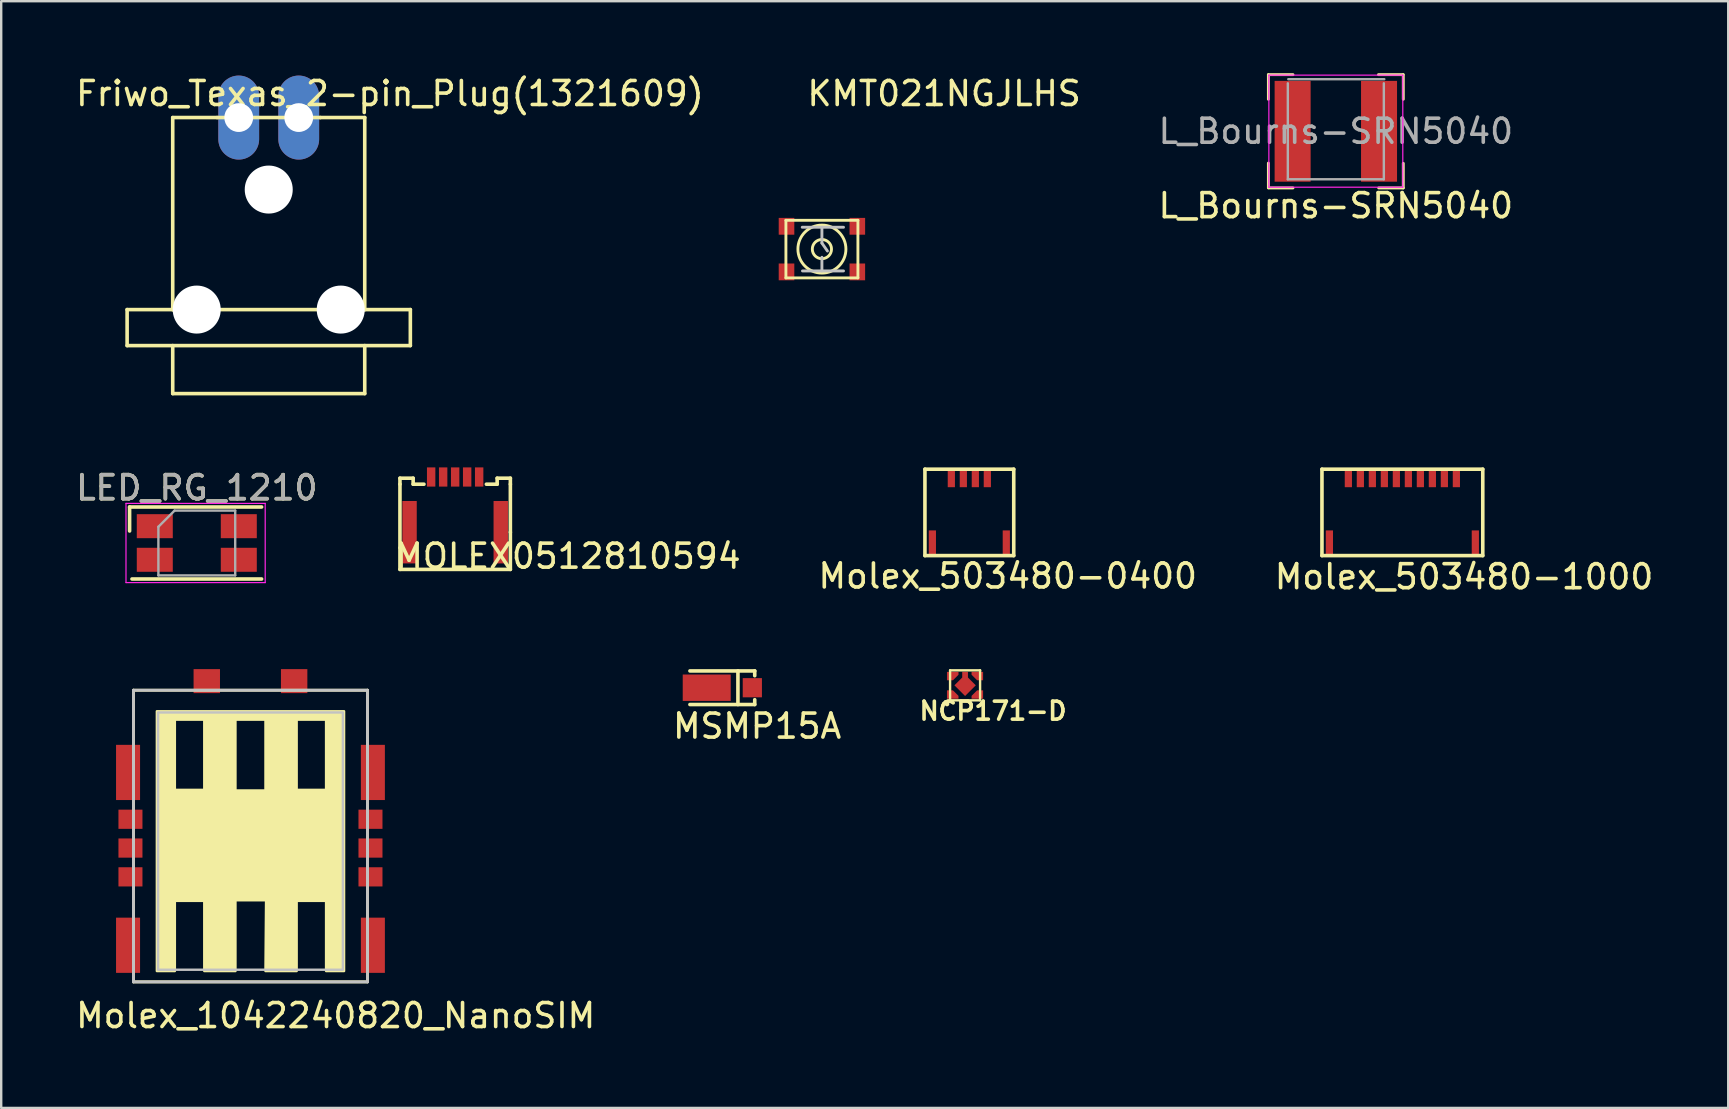
<source format=kicad_pcb>
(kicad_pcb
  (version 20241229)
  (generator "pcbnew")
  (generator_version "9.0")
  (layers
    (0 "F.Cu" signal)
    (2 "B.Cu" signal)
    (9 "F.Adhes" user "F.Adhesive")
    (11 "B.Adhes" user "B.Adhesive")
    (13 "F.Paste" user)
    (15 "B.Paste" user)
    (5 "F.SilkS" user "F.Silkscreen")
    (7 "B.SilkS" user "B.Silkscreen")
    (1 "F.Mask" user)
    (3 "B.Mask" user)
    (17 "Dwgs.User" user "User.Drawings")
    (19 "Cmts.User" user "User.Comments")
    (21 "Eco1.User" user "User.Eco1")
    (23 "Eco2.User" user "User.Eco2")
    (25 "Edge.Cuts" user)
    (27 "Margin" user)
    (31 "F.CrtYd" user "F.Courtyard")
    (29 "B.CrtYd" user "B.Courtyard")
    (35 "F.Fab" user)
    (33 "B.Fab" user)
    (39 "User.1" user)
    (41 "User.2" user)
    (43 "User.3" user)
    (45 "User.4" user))
  (footprint "L_Bourns-SRN5040"
    (layer "F.Cu")
    (at 52.604 2.42)
    (property "Reference" "L_Bourns-SRN5040" (at 0 3.1 0) (layer "F.SilkS") (effects (font (size 1 1) (thickness 0.15))))
    (attr smd)
    (fp_line (start -2.81 -2.36) (end -2.81 -1.335) (stroke (width 0.12) (type solid)) (layer "F.SilkS"))
    (fp_line (start -2.81 -2.36) (end -1.785 -2.36) (stroke (width 0.12) (type solid)) (layer "F.SilkS"))
    (fp_line (start -2.81 2.35) (end -2.81 1.325) (stroke (width 0.12) (type solid)) (layer "F.SilkS"))
    (fp_line (start -2.81 2.36) (end -1.785 2.36) (stroke (width 0.12) (type solid)) (layer "F.SilkS"))
    (fp_line (start 2.8 -2.36) (end 1.775 -2.36) (stroke (width 0.12) (type solid)) (layer "F.SilkS"))
    (fp_line (start 2.81 -2.36) (end 2.81 -1.335) (stroke (width 0.12) (type solid)) (layer "F.SilkS"))
    (fp_line (start 2.81 2.36) (end 1.785 2.36) (stroke (width 0.12) (type solid)) (layer "F.SilkS"))
    (fp_line (start 2.81 2.36) (end 2.81 1.335) (stroke (width 0.12) (type solid)) (layer "F.SilkS"))
    (fp_line (start -2.79 -2.34) (end -2.79 2.33) (stroke (width 0.05) (type solid)) (layer "F.CrtYd"))
    (fp_line (start -2.79 -2.34) (end 2.79 -2.34) (stroke (width 0.05) (type solid)) (layer "F.CrtYd"))
    (fp_line (start -2.79 2.33) (end 2.79 2.33) (stroke (width 0.05) (type solid)) (layer "F.CrtYd"))
    (fp_line (start 2.79 -2.34) (end 2.79 2.33) (stroke (width 0.05) (type solid)) (layer "F.CrtYd"))
    (fp_line (start -2 -2) (end -2 2) (stroke (width 0.1) (type solid)) (layer "F.Fab"))
    (fp_line (start -1.98 -2.17) (end 2.02 -2.17) (stroke (width 0.1) (type solid)) (layer "F.Fab"))
    (fp_line (start 2 -2) (end 2 2) (stroke (width 0.1) (type solid)) (layer "F.Fab"))
    (fp_line (start 2 2) (end -2 2) (stroke (width 0.1) (type solid)) (layer "F.Fab"))
    (fp_text user "${REFERENCE}" (at 0 0 0) (layer "F.Fab") (effects (font (size 1 1) (thickness 0.15))))
    (pad "1" smd rect (at -1.8 0) (size 1.5 4.2) (layers "F.Cu" "F.Mask" "F.Paste"))
    (pad "2" smd rect (at 1.8 0) (size 1.5 4.2) (layers "F.Cu" "F.Mask" "F.Paste")))
  (footprint "Friwo_Texas_2-pin_Plug(1321609)"
    (layer "F.Cu")
    (at 8.146 1.848)
    (property "Reference" "Friwo_Texas_2-pin_Plug(1321609)" (at 5.05 -1 0) (layer "F.SilkS") (effects (font (size 1 1) (thickness 0.15))))
    (attr through_hole)
    (fp_line (start -5.9 8) (end -5.9 9.5) (stroke (width 0.15) (type solid)) (layer "F.SilkS"))
    (fp_line (start -4 0) (end -4 8) (stroke (width 0.15) (type solid)) (layer "F.SilkS"))
    (fp_line (start -4 0) (end -2.15 0) (stroke (width 0.15) (type solid)) (layer "F.SilkS"))
    (fp_line (start -4 8) (end -5.9 8) (stroke (width 0.15) (type solid)) (layer "F.SilkS"))
    (fp_line (start -4 8) (end 4 8) (stroke (width 0.15) (type solid)) (layer "F.SilkS"))
    (fp_line (start -4 9.5) (end -4 11.5) (stroke (width 0.15) (type solid)) (layer "F.SilkS"))
    (fp_line (start -4 11.5) (end 4 11.5) (stroke (width 0.15) (type solid)) (layer "F.SilkS"))
    (fp_line (start -2.15 0) (end 2.15 0) (stroke (width 0.15) (type solid)) (layer "F.SilkS"))
    (fp_line (start 4 0) (end 2.15 0) (stroke (width 0.15) (type solid)) (layer "F.SilkS"))
    (fp_line (start 4 0) (end 4 8) (stroke (width 0.15) (type solid)) (layer "F.SilkS"))
    (fp_line (start 4 8) (end 5.9 8) (stroke (width 0.15) (type solid)) (layer "F.SilkS"))
    (fp_line (start 4 11.5) (end 4 9.5) (stroke (width 0.15) (type solid)) (layer "F.SilkS"))
    (fp_line (start 5.9 8) (end 5.9 9.5) (stroke (width 0.15) (type solid)) (layer "F.SilkS"))
    (fp_line (start 5.9 9.5) (end -5.9 9.5) (stroke (width 0.15) (type solid)) (layer "F.SilkS"))
    (pad "" np_thru_hole circle (at -3 8) (size 2 2) (drill 2) (layers "*.Cu" "*.Mask"))
    (pad "" np_thru_hole circle (at 0 3) (size 2 2) (drill 2) (layers "*.Cu" "*.Mask"))
    (pad "" np_thru_hole circle (at 3 8) (size 2 2) (drill 2) (layers "*.Cu" "*.Mask"))
    (pad "1" thru_hole oval (at 1.25 0) (size 1.7 3.5) (drill 1.2) (layers "*.Cu" "*.Mask"))
    (pad "2" thru_hole oval (at -1.25 0) (size 1.7 3.5) (drill 1.2) (layers "*.Cu" "*.Mask")))
  (footprint "KMT021NGJLHS"
    (layer "F.Cu")
    (at 31.193 7.328)
    (property "Reference" "KMT021NGJLHS" (at 5.09 -6.48 0) (layer "F.SilkS") (effects (font (size 1 1) (thickness 0.15))))
    (attr through_hole)
    (fp_line (start -1.5 -1.2) (end -1.5 1.2) (stroke (width 0.12) (type solid)) (layer "F.SilkS"))
    (fp_line (start -1.5 1.2) (end 1.5 1.2) (stroke (width 0.12) (type solid)) (layer "F.SilkS"))
    (fp_line (start 1.5 -1.2) (end -1.5 -1.2) (stroke (width 0.12) (type solid)) (layer "F.SilkS"))
    (fp_line (start 1.5 1.2) (end 1.5 -1.2) (stroke (width 0.12) (type solid)) (layer "F.SilkS"))
    (fp_circle (center 0 0) (end 0.4 0) (stroke (width 0.12) (type solid)) (fill no) (layer "F.SilkS"))
    (fp_circle (center 0 0) (end 1 0) (stroke (width 0.12) (type solid)) (fill no) (layer "F.SilkS"))
    (fp_line (start -0.82 -0.91) (end 0.9 -0.91) (stroke (width 0.12) (type solid)) (layer "Dwgs.User"))
    (fp_line (start 0 -0.91) (end 0 -0.25) (stroke (width 0.12) (type solid)) (layer "Dwgs.User"))
    (fp_line (start 0 -0.25) (end 0.23 0.08) (stroke (width 0.12) (type solid)) (layer "Dwgs.User"))
    (fp_line (start 0 0.91) (end 0 0.34) (stroke (width 0.12) (type solid)) (layer "Dwgs.User"))
    (fp_line (start 0.9 0.91) (end -0.81 0.91) (stroke (width 0.12) (type solid)) (layer "Dwgs.User"))
    (pad "1" smd rect (at -1.475 -0.95) (size 0.65 0.7) (layers "F.Cu" "F.Mask" "F.Paste"))
    (pad "2" smd rect (at 1.475 -0.95) (size 0.65 0.7) (layers "F.Cu" "F.Mask" "F.Paste"))
    (pad "3" smd rect (at -1.475 0.95) (size 0.65 0.7) (layers "F.Cu" "F.Mask" "F.Paste"))
    (pad "4" smd rect (at 1.475 0.95) (size 0.65 0.7) (layers "F.Cu" "F.Mask" "F.Paste")))
  (footprint "Molex_1042240820_NanoSIM"
    (layer "F.Cu")
    (at 7.385 32.282)
    (property "Reference" "Molex_1042240820_NanoSIM" (at 3.55 6.98 0) (layer "F.SilkS") (effects (font (size 1 1) (thickness 0.15))))
    (attr through_hole)
    (fp_line (start -4.875 -6.575) (end 4.875 -6.575) (stroke (width 0.12) (type solid)) (layer "F.SilkS"))
    (fp_line (start -4.875 5.575) (end -4.875 -6.575) (stroke (width 0.12) (type solid)) (layer "F.SilkS"))
    (fp_line (start -4.875 5.575) (end 4.875 5.575) (stroke (width 0.12) (type solid)) (layer "F.SilkS"))
    (fp_line (start 4.875 -6.575) (end 4.875 5.575) (stroke (width 0.12) (type solid)) (layer "F.SilkS"))
    (fp_poly (pts (xy 3.9 5.125) (xy 3.15 5.125) (xy 3.15 2.2) (xy 1.925 2.2) (xy 1.925 5.125) (xy 0.625 5.125) (xy 0.65 2.175) (xy -0.625 2.175) (xy -0.625 5.125) (xy -1.925 5.125) (xy -1.925 2.2) (xy -3.15 2.2) (xy -3.15 5.125) (xy -3.9 5.125) (xy -3.9 -5.7) (xy -3.15 -5.7) (xy -3.15 -2.425) (xy -1.925 -2.425) (xy -1.925 -5.35) (xy -3.15 -5.35) (xy -3.15 -5.7) (xy -0.625 -5.7) (xy -0.625 -2.4) (xy 0.625 -2.4) (xy 0.625 -5.35) (xy -0.625 -5.35) (xy -0.625 -5.7) (xy 1.925 -5.7) (xy 1.925 -2.425) (xy 3.15 -2.425) (xy 3.15 -5.35) (xy 1.925 -5.35) (xy 1.925 -5.7) (xy 3.9 -5.7)) (stroke (width 0.1) (type solid)) (fill yes) (layer "F.SilkS"))
    (fp_line (start -4.875 -6.575) (end 4.875 -6.575) (stroke (width 0.12) (type solid)) (layer "Dwgs.User"))
    (fp_line (start -4.875 5.575) (end -4.875 -6.575) (stroke (width 0.12) (type solid)) (layer "Dwgs.User"))
    (fp_line (start -4.875 5.575) (end 4.875 5.575) (stroke (width 0.12) (type solid)) (layer "Dwgs.User"))
    (fp_line (start 4.875 -6.575) (end 4.875 5.575) (stroke (width 0.12) (type solid)) (layer "Dwgs.User"))
    (fp_poly (pts (xy -3.85 5.07) (xy -3.85 -5.65) (xy 3.85 -5.65) (xy 3.85 5.07)) (stroke (width 0.1) (type solid)) (fill no) (layer "Dwgs.User"))
    (pad "" smd rect (at -2.54 -3.88) (size 1.2 3.1) (layers "F.Mask"))
    (pad "" smd rect (at -2.54 3.67) (size 1.2 2.9) (layers "F.Mask"))
    (pad "" smd rect (at -1.82 -6.955) (size 1.1 1) (layers "F.Cu" "F.Mask" "F.Paste"))
    (pad "" smd rect (at 0 -3.88) (size 1.2 3.1) (layers "F.Mask"))
    (pad "" smd rect (at 0 3.67) (size 1.2 2.9) (layers "F.Mask"))
    (pad "" smd rect (at 1.82 -6.955) (size 1.1 1) (layers "F.Cu" "F.Mask" "F.Paste"))
    (pad "" smd rect (at 2.54 -3.88) (size 1.2 3.1) (layers "F.Mask"))
    (pad "" smd rect (at 2.54 3.67) (size 1.2 2.9) (layers "F.Mask"))
    (pad "1" smd rect (at 5 1.2) (size 1 0.8) (layers "F.Cu" "F.Mask" "F.Paste"))
    (pad "2" smd rect (at 5 0) (size 1 0.8) (layers "F.Cu" "F.Mask" "F.Paste"))
    (pad "3" smd rect (at -5 1.2) (size 1 0.8) (layers "F.Cu" "F.Mask" "F.Paste"))
    (pad "4" smd rect (at 5 -1.2) (size 1 0.8) (layers "F.Cu" "F.Mask" "F.Paste"))
    (pad "5" smd rect (at -5 0) (size 1 0.8) (layers "F.Cu" "F.Mask" "F.Paste"))
    (pad "6" smd rect (at -5 -1.2) (size 1 0.8) (layers "F.Cu" "F.Mask" "F.Paste"))
    (pad "GND" smd rect (at -5.1 -3.15) (size 1 2.3) (layers "F.Cu" "F.Mask" "F.Paste"))
    (pad "GND" smd rect (at -5.1 4.05) (size 1 2.3) (layers "F.Cu" "F.Mask" "F.Paste"))
    (pad "GND" smd rect (at 5.1 -3.15) (size 1 2.3) (layers "F.Cu" "F.Mask" "F.Paste"))
    (pad "GND" smd rect (at 5.1 4.05) (size 1 2.3) (layers "F.Cu" "F.Mask" "F.Paste")))
  (footprint "LED_RG_1210"
    (layer "F.Cu")
    (at 5.149 19.572)
    (property "Reference" "LED_RG_1210" (at 0 -2.3 0) (layer "F.SilkS") (effects (font (size 1 1) (thickness 0.15))))
    (attr smd)
    (fp_line (start -2.8 -0.5) (end -2.8 -1.5) (stroke (width 0.15) (type solid)) (layer "F.SilkS"))
    (fp_line (start 2.7 -1.5) (end -2.8 -1.5) (stroke (width 0.15) (type solid)) (layer "F.SilkS"))
    (fp_line (start 2.7 1.5) (end -2.7 1.5) (stroke (width 0.15) (type solid)) (layer "F.SilkS"))
    (fp_line (start -2.95 -1.65) (end -2.95 1.65) (stroke (width 0.05) (type solid)) (layer "F.CrtYd"))
    (fp_line (start -2.95 1.65) (end 2.85 1.65) (stroke (width 0.05) (type solid)) (layer "F.CrtYd"))
    (fp_line (start 2.85 -1.65) (end -2.95 -1.65) (stroke (width 0.05) (type solid)) (layer "F.CrtYd"))
    (fp_line (start 2.85 1.65) (end 2.85 -1.65) (stroke (width 0.05) (type solid)) (layer "F.CrtYd"))
    (fp_line (start -1.6 -0.675) (end -0.925 -1.35) (stroke (width 0.1) (type solid)) (layer "F.Fab"))
    (fp_line (start -1.6 1.35) (end -1.6 -0.675) (stroke (width 0.1) (type solid)) (layer "F.Fab"))
    (fp_line (start -0.925 -1.35) (end 1.6 -1.35) (stroke (width 0.1) (type solid)) (layer "F.Fab"))
    (fp_line (start 1.6 -1.35) (end 1.6 1.35) (stroke (width 0.1) (type solid)) (layer "F.Fab"))
    (fp_line (start 1.6 1.35) (end -1.6 1.35) (stroke (width 0.1) (type solid)) (layer "F.Fab"))
    (fp_text user "${REFERENCE}" (at 0 -2.3 0) (layer "F.Fab") (effects (font (size 1 1) (thickness 0.15))))
    (pad "1" smd rect (at -1.75 -0.7 180) (size 1.5 1) (layers "F.Cu" "F.Mask" "F.Paste"))
    (pad "2" smd rect (at 1.75 -0.7 180) (size 1.5 1) (layers "F.Cu" "F.Mask" "F.Paste"))
    (pad "3" smd rect (at -1.75 0.7 180) (size 1.5 1) (layers "F.Cu" "F.Mask" "F.Paste"))
    (pad "4" smd rect (at 1.75 0.7 180) (size 1.5 1) (layers "F.Cu" "F.Mask" "F.Paste")))
  (footprint "Molex_503480-0400"
    (layer "F.Cu")
    (at 37.335 18.298)
    (property "Reference" "Molex_503480-0400" (at 1.6 2.65 0) (layer "F.SilkS") (effects (font (size 1 1) (thickness 0.15))))
    (attr through_hole)
    (fp_line (start -1.85 1.8) (end -1.85 -1.8) (stroke (width 0.15) (type solid)) (layer "F.SilkS"))
    (fp_line (start 1.85 -1.8) (end -1.85 -1.8) (stroke (width 0.15) (type solid)) (layer "F.SilkS"))
    (fp_line (start 1.85 -1.8) (end 1.85 1.8) (stroke (width 0.15) (type solid)) (layer "F.SilkS"))
    (fp_line (start 1.85 1.8) (end -1.85 1.8) (stroke (width 0.15) (type solid)) (layer "F.SilkS"))
    (pad "" smd rect (at -1.54 1.25) (size 0.3 1) (layers "F.Cu" "F.Mask" "F.Paste"))
    (pad "" smd rect (at 1.54 1.25) (size 0.3 1) (layers "F.Cu" "F.Mask" "F.Paste"))
    (pad "1" smd rect (at 0.75 -1.4) (size 0.3 0.7) (layers "F.Cu" "F.Mask" "F.Paste"))
    (pad "2" smd rect (at 0.25 -1.4) (size 0.3 0.7) (layers "F.Cu" "F.Mask" "F.Paste"))
    (pad "3" smd rect (at -0.25 -1.4) (size 0.3 0.7) (layers "F.Cu" "F.Mask" "F.Paste"))
    (pad "4" smd rect (at -0.75 -1.4) (size 0.3 0.7) (layers "F.Cu" "F.Mask" "F.Paste")))
  (footprint "Molex_503480-1000"
    (layer "F.Cu")
    (at 55.376 18.298)
    (property "Reference" "Molex_503480-1000" (at 2.57 2.68 0) (layer "F.SilkS") (effects (font (size 1 1) (thickness 0.15))))
    (attr through_hole)
    (fp_line (start -3.35 1.8) (end -3.35 -1.8) (stroke (width 0.15) (type solid)) (layer "F.SilkS"))
    (fp_line (start 3.35 -1.8) (end -3.35 -1.8) (stroke (width 0.15) (type solid)) (layer "F.SilkS"))
    (fp_line (start 3.35 -1.8) (end 3.35 1.8) (stroke (width 0.15) (type solid)) (layer "F.SilkS"))
    (fp_line (start 3.35 1.8) (end -3.35 1.8) (stroke (width 0.15) (type solid)) (layer "F.SilkS"))
    (pad "" smd rect (at -3.04 1.25) (size 0.3 1) (layers "F.Cu" "F.Mask" "F.Paste"))
    (pad "" smd rect (at 3.04 1.25) (size 0.3 1) (layers "F.Cu" "F.Mask" "F.Paste"))
    (pad "1" smd rect (at 2.25 -1.4) (size 0.3 0.7) (layers "F.Cu" "F.Mask" "F.Paste"))
    (pad "2" smd rect (at 1.75 -1.4) (size 0.3 0.7) (layers "F.Cu" "F.Mask" "F.Paste"))
    (pad "3" smd rect (at 1.25 -1.4) (size 0.3 0.7) (layers "F.Cu" "F.Mask" "F.Paste"))
    (pad "4" smd rect (at 0.75 -1.4) (size 0.3 0.7) (layers "F.Cu" "F.Mask" "F.Paste"))
    (pad "5" smd rect (at 0.25 -1.4) (size 0.3 0.7) (layers "F.Cu" "F.Mask" "F.Paste"))
    (pad "6" smd rect (at -0.25 -1.4) (size 0.3 0.7) (layers "F.Cu" "F.Mask" "F.Paste"))
    (pad "7" smd rect (at -0.75 -1.4) (size 0.3 0.7) (layers "F.Cu" "F.Mask" "F.Paste"))
    (pad "8" smd rect (at -1.25 -1.4) (size 0.3 0.7) (layers "F.Cu" "F.Mask" "F.Paste"))
    (pad "9" smd rect (at -1.75 -1.4) (size 0.3 0.7) (layers "F.Cu" "F.Mask" "F.Paste"))
    (pad "10" smd rect (at -2.25 -1.4) (size 0.3 0.7) (layers "F.Cu" "F.Mask" "F.Paste")))
  (footprint "NCP171-D"
    (layer "F.Cu")
    (at 37.158 25.502)
    (property "Reference" "NCP171-D" (at 1.165 1.07 0) (layer "F.SilkS") (effects (font (size 0.75 0.75) (thickness 0.15))))
    (attr through_hole)
    (fp_line (start -0.625 -0.625) (end 0.625 -0.625) (stroke (width 0.1) (type solid)) (layer "F.SilkS"))
    (fp_line (start -0.625 0.625) (end -0.625 -0.625) (stroke (width 0.1) (type solid)) (layer "F.SilkS"))
    (fp_line (start 0.625 -0.625) (end 0.625 0.625) (stroke (width 0.1) (type solid)) (layer "F.SilkS"))
    (fp_line (start 0.625 0.625) (end -0.625 0.625) (stroke (width 0.1) (type solid)) (layer "F.SilkS"))
    (fp_circle (center -0.755 0.776) (end -0.705 0.78) (stroke (width 0.1) (type solid)) (fill no) (layer "F.SilkS"))
    (pad "1" smd custom (at -0.495 0.43) (size 0.13 0.13) (layers "F.Cu" "F.Mask" "F.Paste") (options (anchor rect)) (primitives (gr_poly (pts (xy -0.26 0.13) (xy -0.26 -0.22) (xy -0.01 -0.22) (xy 0.22 0.01) (xy 0.22 0.13)) (width 0.0001) (fill yes))))
    (pad "2" smd custom (at 0.47 0.435) (size 0.13 0.13) (layers "F.Cu" "F.Mask" "F.Paste") (options (anchor rect)) (primitives (gr_poly (pts (xy 0.28 0.125) (xy 0.28 -0.225) (xy 0.03 -0.225) (xy -0.2 0.005) (xy -0.2 0.125)) (width 0.0001) (fill yes))))
    (pad "3" smd custom (at 0.485 -0.445) (size 0.13 0.13) (layers "F.Cu" "F.Mask" "F.Paste") (options (anchor rect)) (primitives (gr_poly (pts (xy 0.265 -0.115) (xy 0.265 0.235) (xy 0.015 0.235) (xy -0.215 0.005) (xy -0.215 -0.115)) (width 0.0001) (fill yes))))
    (pad "4" smd custom (at -0.475 -0.435) (size 0.13 0.13) (layers "F.Cu" "F.Mask" "F.Paste") (options (anchor rect)) (primitives (gr_poly (pts (xy -0.28 -0.125) (xy -0.28 0.225) (xy -0.03 0.225) (xy 0.2 -0.005) (xy 0.2 -0.125)) (width 0.0001) (fill yes))))
    (pad "5" smd custom (at 0 0) (size 0.13 0.13) (layers "F.Cu" "F.Mask" "F.Paste") (options (anchor rect)) (primitives (gr_poly (pts (xy 0.445 0) (xy 0 0.445) (xy -0.445 0) (xy 0 -0.445)) (width 0.0001) (fill yes)) (gr_poly (pts (xy 0.12 -0.44) (xy 0.12 -0.56) (xy -0.12 -0.56) (xy -0.12 -0.31) (xy 0.12 -0.31)) (width 0.0001) (fill yes)))))
  (footprint "MSMP15A"
    (layer "F.Cu")
    (at 27.094 25.602)
    (property "Reference" "MSMP15A" (at 1.4 1.6 0) (layer "F.SilkS") (effects (font (size 1 1) (thickness 0.15))))
    (attr through_hole)
    (fp_line (start -1.4 -0.7) (end 1.3 -0.7) (stroke (width 0.15) (type solid)) (layer "F.SilkS"))
    (fp_line (start -1.4 0.7) (end 1.3 0.7) (stroke (width 0.15) (type solid)) (layer "F.SilkS"))
    (fp_line (start 0.6 0.7) (end 0.6 -0.7) (stroke (width 0.15) (type solid)) (layer "F.SilkS"))
    (fp_line (start 1.3 -0.7) (end 1.3 -0.5) (stroke (width 0.15) (type solid)) (layer "F.SilkS"))
    (fp_line (start 1.3 0.7) (end 1.3 0.5) (stroke (width 0.15) (type solid)) (layer "F.SilkS"))
    (pad "1" smd rect (at 1.2 0) (size 0.8 0.8) (layers "F.Cu" "F.Mask" "F.Paste"))
    (pad "2" smd rect (at -0.7 0) (size 2 1.1) (layers "F.Cu" "F.Mask" "F.Paste")))
  (footprint "MOLEX0512810594"
    (layer "F.Cu")
    (at 15.913 16.823)
    (property "Reference" "MOLEX0512810594" (at 4.7 3.3 0) (layer "F.SilkS") (effects (font (size 1 1) (thickness 0.15))))
    (attr through_hole)
    (fp_line (start -2.3 0.05) (end -2.3 0.3) (stroke (width 0.15) (type solid)) (layer "F.SilkS"))
    (fp_line (start -2.3 0.3) (end -2.3 2.95) (stroke (width 0.15) (type solid)) (layer "F.SilkS"))
    (fp_line (start -2.3 3.85) (end -2.3 2.95) (stroke (width 0.15) (type solid)) (layer "F.SilkS"))
    (fp_line (start -1.75 0.05) (end -2.3 0.05) (stroke (width 0.15) (type solid)) (layer "F.SilkS"))
    (fp_line (start -1.75 0.3) (end -1.75 0.05) (stroke (width 0.15) (type solid)) (layer "F.SilkS"))
    (fp_line (start -1.75 0.3) (end -1.3 0.3) (stroke (width 0.15) (type solid)) (layer "F.SilkS"))
    (fp_line (start 1.75 0.05) (end 1.75 0.3) (stroke (width 0.15) (type solid)) (layer "F.SilkS"))
    (fp_line (start 1.75 0.3) (end 1.3 0.3) (stroke (width 0.15) (type solid)) (layer "F.SilkS"))
    (fp_line (start 2.3 0.05) (end 1.75 0.05) (stroke (width 0.15) (type solid)) (layer "F.SilkS"))
    (fp_line (start 2.3 0.3) (end 2.3 0.05) (stroke (width 0.15) (type solid)) (layer "F.SilkS"))
    (fp_line (start 2.3 2.3) (end 2.3 0.3) (stroke (width 0.15) (type solid)) (layer "F.SilkS"))
    (fp_line (start 2.3 2.3) (end 2.3 3.85) (stroke (width 0.15) (type solid)) (layer "F.SilkS"))
    (fp_line (start 2.3 3.85) (end -2.3 3.85) (stroke (width 0.15) (type solid)) (layer "F.SilkS"))
    (pad "" smd rect (at -1.9 2.3) (size 0.6 2.6) (layers "F.Cu" "F.Mask" "F.Paste"))
    (pad "" smd rect (at 1.9 2.3) (size 0.6 2.6) (layers "F.Cu" "F.Mask" "F.Paste"))
    (pad "1" smd rect (at -1 0) (size 0.35 0.8) (layers "F.Cu" "F.Mask" "F.Paste"))
    (pad "2" smd rect (at -0.5 0) (size 0.35 0.8) (layers "F.Cu" "F.Mask" "F.Paste"))
    (pad "3" smd rect (at 0 0) (size 0.35 0.8) (layers "F.Cu" "F.Mask" "F.Paste"))
    (pad "4" smd rect (at 0.5 0) (size 0.35 0.8) (layers "F.Cu" "F.Mask" "F.Paste"))
    (pad "5" smd rect (at 1 0) (size 0.35 0.8) (layers "F.Cu" "F.Mask" "F.Paste")))
  (gr_rect
    (start -3 -3)
    (end 68.952 43.11)
    (stroke (width 0.1) (type default))
    (fill no)
    (layer "Edge.Cuts")))
</source>
